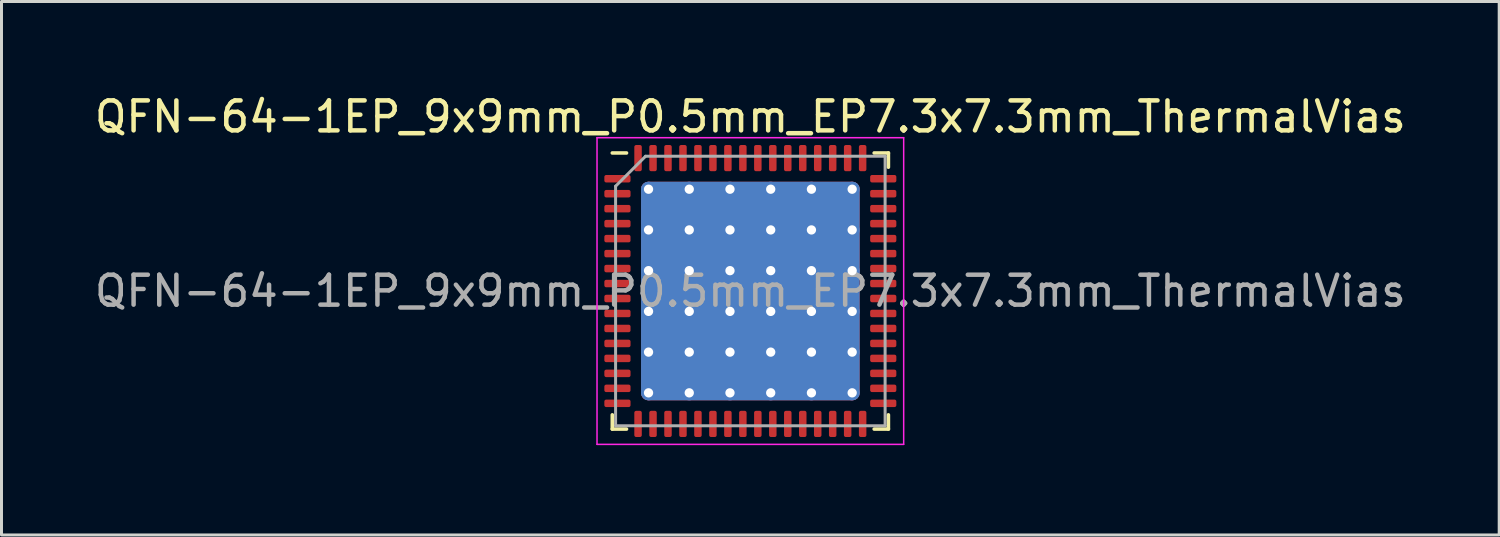
<source format=kicad_pcb>
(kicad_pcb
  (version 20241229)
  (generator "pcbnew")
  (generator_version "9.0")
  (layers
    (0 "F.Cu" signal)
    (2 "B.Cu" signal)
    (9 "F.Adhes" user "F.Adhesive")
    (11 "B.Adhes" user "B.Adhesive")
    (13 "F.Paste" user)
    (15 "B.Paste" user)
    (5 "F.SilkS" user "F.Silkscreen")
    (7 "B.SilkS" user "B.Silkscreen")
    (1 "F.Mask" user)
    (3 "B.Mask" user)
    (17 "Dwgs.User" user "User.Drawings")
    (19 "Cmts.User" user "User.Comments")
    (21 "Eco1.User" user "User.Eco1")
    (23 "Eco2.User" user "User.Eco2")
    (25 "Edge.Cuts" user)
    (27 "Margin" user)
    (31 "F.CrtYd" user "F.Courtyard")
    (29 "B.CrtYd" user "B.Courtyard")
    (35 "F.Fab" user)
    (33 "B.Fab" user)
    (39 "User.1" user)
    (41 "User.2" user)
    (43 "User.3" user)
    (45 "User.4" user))
  (footprint "QFN-64-1EP_9x9mm_P0.5mm_EP7.3x7.3mm_ThermalVias"
    (layer "F.Cu")
    (at 22.006 6.668)
    (property "Reference" "QFN-64-1EP_9x9mm_P0.5mm_EP7.3x7.3mm_ThermalVias" (at 0 -5.82 0) (layer "F.SilkS") (effects (font (size 1 1) (thickness 0.15))))
    (attr smd)
    (fp_line (start -4.61 4.61) (end -4.61 4.135) (stroke (width 0.12) (type solid)) (layer "F.SilkS"))
    (fp_line (start -4.135 -4.61) (end -4.61 -4.61) (stroke (width 0.12) (type solid)) (layer "F.SilkS"))
    (fp_line (start -4.135 4.61) (end -4.61 4.61) (stroke (width 0.12) (type solid)) (layer "F.SilkS"))
    (fp_line (start 4.135 -4.61) (end 4.61 -4.61) (stroke (width 0.12) (type solid)) (layer "F.SilkS"))
    (fp_line (start 4.135 4.61) (end 4.61 4.61) (stroke (width 0.12) (type solid)) (layer "F.SilkS"))
    (fp_line (start 4.61 -4.61) (end 4.61 -4.135) (stroke (width 0.12) (type solid)) (layer "F.SilkS"))
    (fp_line (start 4.61 4.61) (end 4.61 4.135) (stroke (width 0.12) (type solid)) (layer "F.SilkS"))
    (fp_line (start -5.12 -5.12) (end -5.12 5.12) (stroke (width 0.05) (type solid)) (layer "F.CrtYd"))
    (fp_line (start -5.12 5.12) (end 5.12 5.12) (stroke (width 0.05) (type solid)) (layer "F.CrtYd"))
    (fp_line (start 5.12 -5.12) (end -5.12 -5.12) (stroke (width 0.05) (type solid)) (layer "F.CrtYd"))
    (fp_line (start 5.12 5.12) (end 5.12 -5.12) (stroke (width 0.05) (type solid)) (layer "F.CrtYd"))
    (fp_line (start -4.5 -3.5) (end -3.5 -4.5) (stroke (width 0.1) (type solid)) (layer "F.Fab"))
    (fp_line (start -4.5 4.5) (end -4.5 -3.5) (stroke (width 0.1) (type solid)) (layer "F.Fab"))
    (fp_line (start -3.5 -4.5) (end 4.5 -4.5) (stroke (width 0.1) (type solid)) (layer "F.Fab"))
    (fp_line (start 4.5 -4.5) (end 4.5 4.5) (stroke (width 0.1) (type solid)) (layer "F.Fab"))
    (fp_line (start 4.5 4.5) (end -4.5 4.5) (stroke (width 0.1) (type solid)) (layer "F.Fab"))
    (fp_text user "${REFERENCE}" (at 0 0 0) (layer "F.Fab") (effects (font (size 1 1) (thickness 0.15))))
    (pad "" smd roundrect (at -2.72 -2.72) (size 1.177 1.177) (layers "F.Paste") (roundrect_rratio 0.212))
    (pad "" smd roundrect (at -2.72 -1.36) (size 1.177 1.177) (layers "F.Paste") (roundrect_rratio 0.212))
    (pad "" smd roundrect (at -2.72 0) (size 1.177 1.177) (layers "F.Paste") (roundrect_rratio 0.212))
    (pad "" smd roundrect (at -2.72 1.36) (size 1.177 1.177) (layers "F.Paste") (roundrect_rratio 0.212))
    (pad "" smd roundrect (at -2.72 2.72) (size 1.177 1.177) (layers "F.Paste") (roundrect_rratio 0.212))
    (pad "" smd roundrect (at -1.36 -2.72) (size 1.177 1.177) (layers "F.Paste") (roundrect_rratio 0.212))
    (pad "" smd roundrect (at -1.36 -1.36) (size 1.177 1.177) (layers "F.Paste") (roundrect_rratio 0.212))
    (pad "" smd roundrect (at -1.36 0) (size 1.177 1.177) (layers "F.Paste") (roundrect_rratio 0.212))
    (pad "" smd roundrect (at -1.36 1.36) (size 1.177 1.177) (layers "F.Paste") (roundrect_rratio 0.212))
    (pad "" smd roundrect (at -1.36 2.72) (size 1.177 1.177) (layers "F.Paste") (roundrect_rratio 0.212))
    (pad "" smd roundrect (at 0 -2.72) (size 1.177 1.177) (layers "F.Paste") (roundrect_rratio 0.212))
    (pad "" smd roundrect (at 0 -1.36) (size 1.177 1.177) (layers "F.Paste") (roundrect_rratio 0.212))
    (pad "" smd roundrect (at 0 0) (size 1.177 1.177) (layers "F.Paste") (roundrect_rratio 0.212))
    (pad "" smd roundrect (at 0 1.36) (size 1.177 1.177) (layers "F.Paste") (roundrect_rratio 0.212))
    (pad "" smd roundrect (at 0 2.72) (size 1.177 1.177) (layers "F.Paste") (roundrect_rratio 0.212))
    (pad "" smd roundrect (at 1.36 -2.72) (size 1.177 1.177) (layers "F.Paste") (roundrect_rratio 0.212))
    (pad "" smd roundrect (at 1.36 -1.36) (size 1.177 1.177) (layers "F.Paste") (roundrect_rratio 0.212))
    (pad "" smd roundrect (at 1.36 0) (size 1.177 1.177) (layers "F.Paste") (roundrect_rratio 0.212))
    (pad "" smd roundrect (at 1.36 1.36) (size 1.177 1.177) (layers "F.Paste") (roundrect_rratio 0.212))
    (pad "" smd roundrect (at 1.36 2.72) (size 1.177 1.177) (layers "F.Paste") (roundrect_rratio 0.212))
    (pad "" smd roundrect (at 2.72 -2.72) (size 1.177 1.177) (layers "F.Paste") (roundrect_rratio 0.212))
    (pad "" smd roundrect (at 2.72 -1.36) (size 1.177 1.177) (layers "F.Paste") (roundrect_rratio 0.212))
    (pad "" smd roundrect (at 2.72 0) (size 1.177 1.177) (layers "F.Paste") (roundrect_rratio 0.212))
    (pad "" smd roundrect (at 2.72 1.36) (size 1.177 1.177) (layers "F.Paste") (roundrect_rratio 0.212))
    (pad "" smd roundrect (at 2.72 2.72) (size 1.177 1.177) (layers "F.Paste") (roundrect_rratio 0.212))
    (pad "1" smd roundrect (at -4.438 -3.75) (size 0.875 0.25) (layers "F.Cu" "F.Mask" "F.Paste") (roundrect_rratio 0.25))
    (pad "2" smd roundrect (at -4.438 -3.25) (size 0.875 0.25) (layers "F.Cu" "F.Mask" "F.Paste") (roundrect_rratio 0.25))
    (pad "3" smd roundrect (at -4.438 -2.75) (size 0.875 0.25) (layers "F.Cu" "F.Mask" "F.Paste") (roundrect_rratio 0.25))
    (pad "4" smd roundrect (at -4.438 -2.25) (size 0.875 0.25) (layers "F.Cu" "F.Mask" "F.Paste") (roundrect_rratio 0.25))
    (pad "5" smd roundrect (at -4.438 -1.75) (size 0.875 0.25) (layers "F.Cu" "F.Mask" "F.Paste") (roundrect_rratio 0.25))
    (pad "6" smd roundrect (at -4.438 -1.25) (size 0.875 0.25) (layers "F.Cu" "F.Mask" "F.Paste") (roundrect_rratio 0.25))
    (pad "7" smd roundrect (at -4.438 -0.75) (size 0.875 0.25) (layers "F.Cu" "F.Mask" "F.Paste") (roundrect_rratio 0.25))
    (pad "8" smd roundrect (at -4.438 -0.25) (size 0.875 0.25) (layers "F.Cu" "F.Mask" "F.Paste") (roundrect_rratio 0.25))
    (pad "9" smd roundrect (at -4.438 0.25) (size 0.875 0.25) (layers "F.Cu" "F.Mask" "F.Paste") (roundrect_rratio 0.25))
    (pad "10" smd roundrect (at -4.438 0.75) (size 0.875 0.25) (layers "F.Cu" "F.Mask" "F.Paste") (roundrect_rratio 0.25))
    (pad "11" smd roundrect (at -4.438 1.25) (size 0.875 0.25) (layers "F.Cu" "F.Mask" "F.Paste") (roundrect_rratio 0.25))
    (pad "12" smd roundrect (at -4.438 1.75) (size 0.875 0.25) (layers "F.Cu" "F.Mask" "F.Paste") (roundrect_rratio 0.25))
    (pad "13" smd roundrect (at -4.438 2.25) (size 0.875 0.25) (layers "F.Cu" "F.Mask" "F.Paste") (roundrect_rratio 0.25))
    (pad "14" smd roundrect (at -4.438 2.75) (size 0.875 0.25) (layers "F.Cu" "F.Mask" "F.Paste") (roundrect_rratio 0.25))
    (pad "15" smd roundrect (at -4.438 3.25) (size 0.875 0.25) (layers "F.Cu" "F.Mask" "F.Paste") (roundrect_rratio 0.25))
    (pad "16" smd roundrect (at -4.438 3.75) (size 0.875 0.25) (layers "F.Cu" "F.Mask" "F.Paste") (roundrect_rratio 0.25))
    (pad "17" smd roundrect (at -3.75 4.438) (size 0.25 0.875) (layers "F.Cu" "F.Mask" "F.Paste") (roundrect_rratio 0.25))
    (pad "18" smd roundrect (at -3.25 4.438) (size 0.25 0.875) (layers "F.Cu" "F.Mask" "F.Paste") (roundrect_rratio 0.25))
    (pad "19" smd roundrect (at -2.75 4.438) (size 0.25 0.875) (layers "F.Cu" "F.Mask" "F.Paste") (roundrect_rratio 0.25))
    (pad "20" smd roundrect (at -2.25 4.438) (size 0.25 0.875) (layers "F.Cu" "F.Mask" "F.Paste") (roundrect_rratio 0.25))
    (pad "21" smd roundrect (at -1.75 4.438) (size 0.25 0.875) (layers "F.Cu" "F.Mask" "F.Paste") (roundrect_rratio 0.25))
    (pad "22" smd roundrect (at -1.25 4.438) (size 0.25 0.875) (layers "F.Cu" "F.Mask" "F.Paste") (roundrect_rratio 0.25))
    (pad "23" smd roundrect (at -0.75 4.438) (size 0.25 0.875) (layers "F.Cu" "F.Mask" "F.Paste") (roundrect_rratio 0.25))
    (pad "24" smd roundrect (at -0.25 4.438) (size 0.25 0.875) (layers "F.Cu" "F.Mask" "F.Paste") (roundrect_rratio 0.25))
    (pad "25" smd roundrect (at 0.25 4.438) (size 0.25 0.875) (layers "F.Cu" "F.Mask" "F.Paste") (roundrect_rratio 0.25))
    (pad "26" smd roundrect (at 0.75 4.438) (size 0.25 0.875) (layers "F.Cu" "F.Mask" "F.Paste") (roundrect_rratio 0.25))
    (pad "27" smd roundrect (at 1.25 4.438) (size 0.25 0.875) (layers "F.Cu" "F.Mask" "F.Paste") (roundrect_rratio 0.25))
    (pad "28" smd roundrect (at 1.75 4.438) (size 0.25 0.875) (layers "F.Cu" "F.Mask" "F.Paste") (roundrect_rratio 0.25))
    (pad "29" smd roundrect (at 2.25 4.438) (size 0.25 0.875) (layers "F.Cu" "F.Mask" "F.Paste") (roundrect_rratio 0.25))
    (pad "30" smd roundrect (at 2.75 4.438) (size 0.25 0.875) (layers "F.Cu" "F.Mask" "F.Paste") (roundrect_rratio 0.25))
    (pad "31" smd roundrect (at 3.25 4.438) (size 0.25 0.875) (layers "F.Cu" "F.Mask" "F.Paste") (roundrect_rratio 0.25))
    (pad "32" smd roundrect (at 3.75 4.438) (size 0.25 0.875) (layers "F.Cu" "F.Mask" "F.Paste") (roundrect_rratio 0.25))
    (pad "33" smd roundrect (at 4.438 3.75) (size 0.875 0.25) (layers "F.Cu" "F.Mask" "F.Paste") (roundrect_rratio 0.25))
    (pad "34" smd roundrect (at 4.438 3.25) (size 0.875 0.25) (layers "F.Cu" "F.Mask" "F.Paste") (roundrect_rratio 0.25))
    (pad "35" smd roundrect (at 4.438 2.75) (size 0.875 0.25) (layers "F.Cu" "F.Mask" "F.Paste") (roundrect_rratio 0.25))
    (pad "36" smd roundrect (at 4.438 2.25) (size 0.875 0.25) (layers "F.Cu" "F.Mask" "F.Paste") (roundrect_rratio 0.25))
    (pad "37" smd roundrect (at 4.438 1.75) (size 0.875 0.25) (layers "F.Cu" "F.Mask" "F.Paste") (roundrect_rratio 0.25))
    (pad "38" smd roundrect (at 4.438 1.25) (size 0.875 0.25) (layers "F.Cu" "F.Mask" "F.Paste") (roundrect_rratio 0.25))
    (pad "39" smd roundrect (at 4.438 0.75) (size 0.875 0.25) (layers "F.Cu" "F.Mask" "F.Paste") (roundrect_rratio 0.25))
    (pad "40" smd roundrect (at 4.438 0.25) (size 0.875 0.25) (layers "F.Cu" "F.Mask" "F.Paste") (roundrect_rratio 0.25))
    (pad "41" smd roundrect (at 4.438 -0.25) (size 0.875 0.25) (layers "F.Cu" "F.Mask" "F.Paste") (roundrect_rratio 0.25))
    (pad "42" smd roundrect (at 4.438 -0.75) (size 0.875 0.25) (layers "F.Cu" "F.Mask" "F.Paste") (roundrect_rratio 0.25))
    (pad "43" smd roundrect (at 4.438 -1.25) (size 0.875 0.25) (layers "F.Cu" "F.Mask" "F.Paste") (roundrect_rratio 0.25))
    (pad "44" smd roundrect (at 4.438 -1.75) (size 0.875 0.25) (layers "F.Cu" "F.Mask" "F.Paste") (roundrect_rratio 0.25))
    (pad "45" smd roundrect (at 4.438 -2.25) (size 0.875 0.25) (layers "F.Cu" "F.Mask" "F.Paste") (roundrect_rratio 0.25))
    (pad "46" smd roundrect (at 4.438 -2.75) (size 0.875 0.25) (layers "F.Cu" "F.Mask" "F.Paste") (roundrect_rratio 0.25))
    (pad "47" smd roundrect (at 4.438 -3.25) (size 0.875 0.25) (layers "F.Cu" "F.Mask" "F.Paste") (roundrect_rratio 0.25))
    (pad "48" smd roundrect (at 4.438 -3.75) (size 0.875 0.25) (layers "F.Cu" "F.Mask" "F.Paste") (roundrect_rratio 0.25))
    (pad "49" smd roundrect (at 3.75 -4.438) (size 0.25 0.875) (layers "F.Cu" "F.Mask" "F.Paste") (roundrect_rratio 0.25))
    (pad "50" smd roundrect (at 3.25 -4.438) (size 0.25 0.875) (layers "F.Cu" "F.Mask" "F.Paste") (roundrect_rratio 0.25))
    (pad "51" smd roundrect (at 2.75 -4.438) (size 0.25 0.875) (layers "F.Cu" "F.Mask" "F.Paste") (roundrect_rratio 0.25))
    (pad "52" smd roundrect (at 2.25 -4.438) (size 0.25 0.875) (layers "F.Cu" "F.Mask" "F.Paste") (roundrect_rratio 0.25))
    (pad "53" smd roundrect (at 1.75 -4.438) (size 0.25 0.875) (layers "F.Cu" "F.Mask" "F.Paste") (roundrect_rratio 0.25))
    (pad "54" smd roundrect (at 1.25 -4.438) (size 0.25 0.875) (layers "F.Cu" "F.Mask" "F.Paste") (roundrect_rratio 0.25))
    (pad "55" smd roundrect (at 0.75 -4.438) (size 0.25 0.875) (layers "F.Cu" "F.Mask" "F.Paste") (roundrect_rratio 0.25))
    (pad "56" smd roundrect (at 0.25 -4.438) (size 0.25 0.875) (layers "F.Cu" "F.Mask" "F.Paste") (roundrect_rratio 0.25))
    (pad "57" smd roundrect (at -0.25 -4.438) (size 0.25 0.875) (layers "F.Cu" "F.Mask" "F.Paste") (roundrect_rratio 0.25))
    (pad "58" smd roundrect (at -0.75 -4.438) (size 0.25 0.875) (layers "F.Cu" "F.Mask" "F.Paste") (roundrect_rratio 0.25))
    (pad "59" smd roundrect (at -1.25 -4.438) (size 0.25 0.875) (layers "F.Cu" "F.Mask" "F.Paste") (roundrect_rratio 0.25))
    (pad "60" smd roundrect (at -1.75 -4.438) (size 0.25 0.875) (layers "F.Cu" "F.Mask" "F.Paste") (roundrect_rratio 0.25))
    (pad "61" smd roundrect (at -2.25 -4.438) (size 0.25 0.875) (layers "F.Cu" "F.Mask" "F.Paste") (roundrect_rratio 0.25))
    (pad "62" smd roundrect (at -2.75 -4.438) (size 0.25 0.875) (layers "F.Cu" "F.Mask" "F.Paste") (roundrect_rratio 0.25))
    (pad "63" smd roundrect (at -3.25 -4.438) (size 0.25 0.875) (layers "F.Cu" "F.Mask" "F.Paste") (roundrect_rratio 0.25))
    (pad "64" smd roundrect (at -3.75 -4.438) (size 0.25 0.875) (layers "F.Cu" "F.Mask" "F.Paste") (roundrect_rratio 0.25))
    (pad "65" thru_hole circle (at -3.4 -3.4) (size 0.5 0.5) (drill 0.31) (layers "*.Cu"))
    (pad "65" thru_hole circle (at -3.4 -2.04) (size 0.5 0.5) (drill 0.31) (layers "*.Cu"))
    (pad "65" thru_hole circle (at -3.4 -0.68) (size 0.5 0.5) (drill 0.31) (layers "*.Cu"))
    (pad "65" thru_hole circle (at -3.4 0.68) (size 0.5 0.5) (drill 0.31) (layers "*.Cu"))
    (pad "65" thru_hole circle (at -3.4 2.04) (size 0.5 0.5) (drill 0.31) (layers "*.Cu"))
    (pad "65" thru_hole circle (at -3.4 3.4) (size 0.5 0.5) (drill 0.31) (layers "*.Cu"))
    (pad "65" thru_hole circle (at -2.04 -3.4) (size 0.5 0.5) (drill 0.31) (layers "*.Cu"))
    (pad "65" thru_hole circle (at -2.04 -2.04) (size 0.5 0.5) (drill 0.31) (layers "*.Cu"))
    (pad "65" thru_hole circle (at -2.04 -0.68) (size 0.5 0.5) (drill 0.31) (layers "*.Cu"))
    (pad "65" thru_hole circle (at -2.04 0.68) (size 0.5 0.5) (drill 0.31) (layers "*.Cu"))
    (pad "65" thru_hole circle (at -2.04 2.04) (size 0.5 0.5) (drill 0.31) (layers "*.Cu"))
    (pad "65" thru_hole circle (at -2.04 3.4) (size 0.5 0.5) (drill 0.31) (layers "*.Cu"))
    (pad "65" thru_hole circle (at -0.68 -3.4) (size 0.5 0.5) (drill 0.31) (layers "*.Cu"))
    (pad "65" thru_hole circle (at -0.68 -2.04) (size 0.5 0.5) (drill 0.31) (layers "*.Cu"))
    (pad "65" thru_hole circle (at -0.68 -0.68) (size 0.5 0.5) (drill 0.31) (layers "*.Cu"))
    (pad "65" thru_hole circle (at -0.68 0.68) (size 0.5 0.5) (drill 0.31) (layers "*.Cu"))
    (pad "65" thru_hole circle (at -0.68 2.04) (size 0.5 0.5) (drill 0.31) (layers "*.Cu"))
    (pad "65" thru_hole circle (at -0.68 3.4) (size 0.5 0.5) (drill 0.31) (layers "*.Cu"))
    (pad "65" smd roundrect (at 0 0) (size 7.3 7.3) (layers "F.Cu" "F.Mask") (roundrect_rratio 0.034))
    (pad "65" smd roundrect (at 0 0) (size 7.3 7.3) (layers "B.Cu") (roundrect_rratio 0.034))
    (pad "65" thru_hole circle (at 0.68 -3.4) (size 0.5 0.5) (drill 0.31) (layers "*.Cu"))
    (pad "65" thru_hole circle (at 0.68 -2.04) (size 0.5 0.5) (drill 0.31) (layers "*.Cu"))
    (pad "65" thru_hole circle (at 0.68 -0.68) (size 0.5 0.5) (drill 0.31) (layers "*.Cu"))
    (pad "65" thru_hole circle (at 0.68 0.68) (size 0.5 0.5) (drill 0.31) (layers "*.Cu"))
    (pad "65" thru_hole circle (at 0.68 2.04) (size 0.5 0.5) (drill 0.31) (layers "*.Cu"))
    (pad "65" thru_hole circle (at 0.68 3.4) (size 0.5 0.5) (drill 0.31) (layers "*.Cu"))
    (pad "65" thru_hole circle (at 2.04 -3.4) (size 0.5 0.5) (drill 0.31) (layers "*.Cu"))
    (pad "65" thru_hole circle (at 2.04 -2.04) (size 0.5 0.5) (drill 0.31) (layers "*.Cu"))
    (pad "65" thru_hole circle (at 2.04 -0.68) (size 0.5 0.5) (drill 0.31) (layers "*.Cu"))
    (pad "65" thru_hole circle (at 2.04 0.68) (size 0.5 0.5) (drill 0.31) (layers "*.Cu"))
    (pad "65" thru_hole circle (at 2.04 2.04) (size 0.5 0.5) (drill 0.31) (layers "*.Cu"))
    (pad "65" thru_hole circle (at 2.04 3.4) (size 0.5 0.5) (drill 0.31) (layers "*.Cu"))
    (pad "65" thru_hole circle (at 3.4 -3.4) (size 0.5 0.5) (drill 0.31) (layers "*.Cu"))
    (pad "65" thru_hole circle (at 3.4 -2.04) (size 0.5 0.5) (drill 0.31) (layers "*.Cu"))
    (pad "65" thru_hole circle (at 3.4 -0.68) (size 0.5 0.5) (drill 0.31) (layers "*.Cu"))
    (pad "65" thru_hole circle (at 3.4 0.68) (size 0.5 0.5) (drill 0.31) (layers "*.Cu"))
    (pad "65" thru_hole circle (at 3.4 2.04) (size 0.5 0.5) (drill 0.31) (layers "*.Cu"))
    (pad "65" thru_hole circle (at 3.4 3.4) (size 0.5 0.5) (drill 0.31) (layers "*.Cu")))
  (gr_rect
    (start -3 -3)
    (end 47.012 14.813)
    (stroke (width 0.1) (type default))
    (fill no)
    (layer "Edge.Cuts")))
</source>
